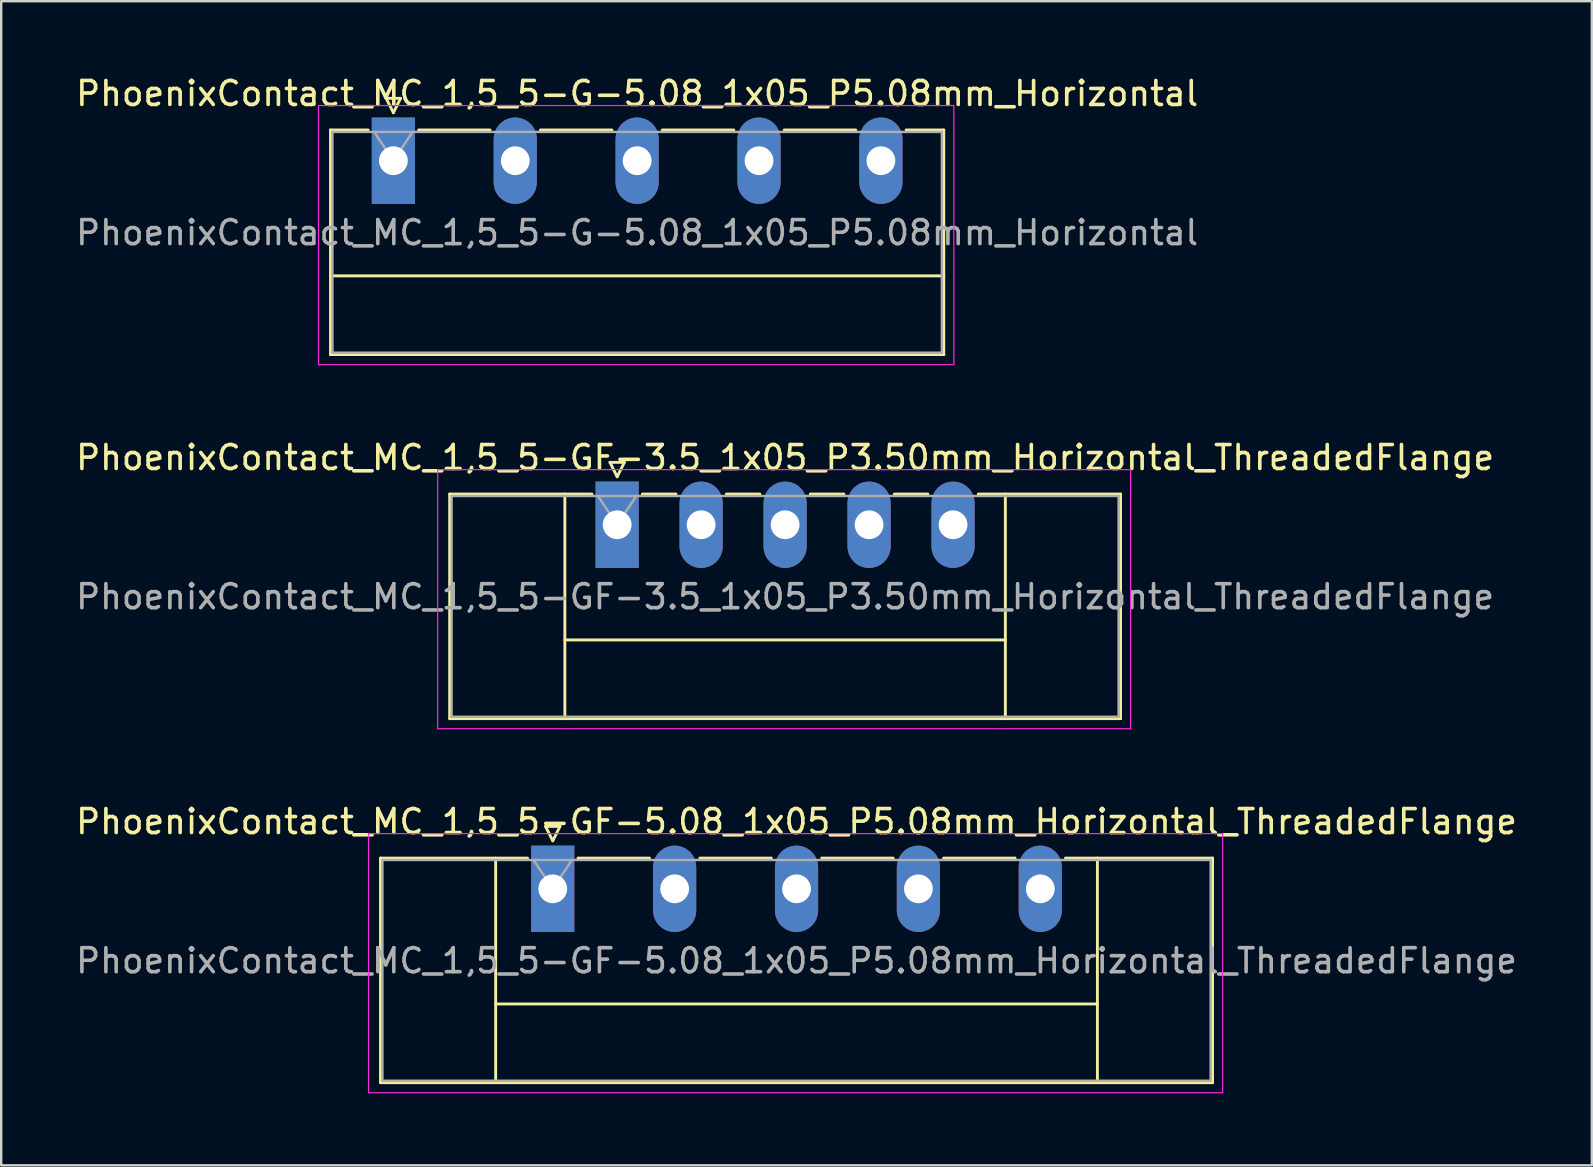
<source format=kicad_pcb>
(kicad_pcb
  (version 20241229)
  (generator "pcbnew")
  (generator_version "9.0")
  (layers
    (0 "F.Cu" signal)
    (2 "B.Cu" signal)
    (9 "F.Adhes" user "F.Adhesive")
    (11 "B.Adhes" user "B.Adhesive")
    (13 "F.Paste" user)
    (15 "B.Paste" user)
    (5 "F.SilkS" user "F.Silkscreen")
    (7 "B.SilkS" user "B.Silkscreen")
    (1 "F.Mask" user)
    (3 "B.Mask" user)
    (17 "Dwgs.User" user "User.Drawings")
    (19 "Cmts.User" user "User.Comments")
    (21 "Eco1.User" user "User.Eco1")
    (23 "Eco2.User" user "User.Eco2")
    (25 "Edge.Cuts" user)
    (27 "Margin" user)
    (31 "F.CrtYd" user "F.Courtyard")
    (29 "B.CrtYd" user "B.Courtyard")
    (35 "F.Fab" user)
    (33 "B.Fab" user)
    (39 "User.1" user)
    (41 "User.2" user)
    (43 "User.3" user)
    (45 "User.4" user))
  (footprint "PhoenixContact_MC_1,5_5-GF-3.5_1x05_P3.50mm_Horizontal_ThreadedFlange"
    (layer "F.Cu")
    (at 22.673 18.822)
    (property "Reference" "PhoenixContact_MC_1,5_5-GF-3.5_1x05_P3.50mm_Horizontal_ThreadedFlange" (at 7 -2.8 0) (layer "F.SilkS") (effects (font (size 1 1) (thickness 0.15))))
    (attr through_hole)
    (fp_line (start -6.98 -1.28) (end -6.98 8.08) (stroke (width 0.12) (type solid)) (layer "F.SilkS"))
    (fp_line (start -6.98 -1.28) (end -1.05 -1.28) (stroke (width 0.12) (type solid)) (layer "F.SilkS"))
    (fp_line (start -6.98 8.08) (end 20.98 8.08) (stroke (width 0.12) (type solid)) (layer "F.SilkS"))
    (fp_line (start -2.18 -1.28) (end -2.18 8.08) (stroke (width 0.12) (type solid)) (layer "F.SilkS"))
    (fp_line (start -2.18 4.8) (end 16.18 4.8) (stroke (width 0.12) (type solid)) (layer "F.SilkS"))
    (fp_line (start -0.3 -2.6) (end 0.3 -2.6) (stroke (width 0.12) (type solid)) (layer "F.SilkS"))
    (fp_line (start 0 -2) (end -0.3 -2.6) (stroke (width 0.12) (type solid)) (layer "F.SilkS"))
    (fp_line (start 0.3 -2.6) (end 0 -2) (stroke (width 0.12) (type solid)) (layer "F.SilkS"))
    (fp_line (start 1.05 -1.28) (end 2.45 -1.28) (stroke (width 0.12) (type solid)) (layer "F.SilkS"))
    (fp_line (start 4.55 -1.28) (end 5.95 -1.28) (stroke (width 0.12) (type solid)) (layer "F.SilkS"))
    (fp_line (start 8.05 -1.28) (end 9.45 -1.28) (stroke (width 0.12) (type solid)) (layer "F.SilkS"))
    (fp_line (start 11.55 -1.28) (end 12.95 -1.28) (stroke (width 0.12) (type solid)) (layer "F.SilkS"))
    (fp_line (start 16.18 -1.28) (end 16.18 8.08) (stroke (width 0.12) (type solid)) (layer "F.SilkS"))
    (fp_line (start 20.98 -1.28) (end 15.05 -1.28) (stroke (width 0.12) (type solid)) (layer "F.SilkS"))
    (fp_line (start 20.98 8.08) (end 20.98 -1.28) (stroke (width 0.12) (type solid)) (layer "F.SilkS"))
    (fp_line (start -7.48 -2.3) (end -7.48 8.5) (stroke (width 0.05) (type solid)) (layer "F.CrtYd"))
    (fp_line (start -7.48 8.5) (end 21.4 8.5) (stroke (width 0.05) (type solid)) (layer "F.CrtYd"))
    (fp_line (start 21.4 -2.3) (end -7.48 -2.3) (stroke (width 0.05) (type solid)) (layer "F.CrtYd"))
    (fp_line (start 21.4 8.5) (end 21.4 -2.3) (stroke (width 0.05) (type solid)) (layer "F.CrtYd"))
    (fp_line (start -6.9 -1.2) (end -6.9 8) (stroke (width 0.1) (type solid)) (layer "F.Fab"))
    (fp_line (start -6.9 8) (end 20.9 8) (stroke (width 0.1) (type solid)) (layer "F.Fab"))
    (fp_line (start 0 0) (end -0.8 -1.2) (stroke (width 0.1) (type solid)) (layer "F.Fab"))
    (fp_line (start 0.8 -1.2) (end 0 0) (stroke (width 0.1) (type solid)) (layer "F.Fab"))
    (fp_line (start 20.9 -1.2) (end -6.9 -1.2) (stroke (width 0.1) (type solid)) (layer "F.Fab"))
    (fp_line (start 20.9 8) (end 20.9 -1.2) (stroke (width 0.1) (type solid)) (layer "F.Fab"))
    (fp_text user "${REFERENCE}" (at 7 3 0) (layer "F.Fab") (effects (font (size 1 1) (thickness 0.15))))
    (pad "1" thru_hole rect (at 0 0) (size 1.8 3.6) (drill 1.2) (layers "*.Cu" "*.Mask"))
    (pad "2" thru_hole oval (at 3.5 0) (size 1.8 3.6) (drill 1.2) (layers "*.Cu" "*.Mask"))
    (pad "3" thru_hole oval (at 7 0) (size 1.8 3.6) (drill 1.2) (layers "*.Cu" "*.Mask"))
    (pad "4" thru_hole oval (at 10.5 0) (size 1.8 3.6) (drill 1.2) (layers "*.Cu" "*.Mask"))
    (pad "5" thru_hole oval (at 14 0) (size 1.8 3.6) (drill 1.2) (layers "*.Cu" "*.Mask")))
  (footprint "PhoenixContact_MC_1,5_5-GF-5.08_1x05_P5.08mm_Horizontal_ThreadedFlange"
    (layer "F.Cu")
    (at 19.989 33.995)
    (property "Reference" "PhoenixContact_MC_1,5_5-GF-5.08_1x05_P5.08mm_Horizontal_ThreadedFlange" (at 10.16 -2.8 0) (layer "F.SilkS") (effects (font (size 1 1) (thickness 0.15))))
    (attr through_hole)
    (fp_line (start -7.18 -1.28) (end -7.18 8.08) (stroke (width 0.12) (type solid)) (layer "F.SilkS"))
    (fp_line (start -7.18 -1.28) (end -1.05 -1.28) (stroke (width 0.12) (type solid)) (layer "F.SilkS"))
    (fp_line (start -7.18 8.08) (end 27.5 8.08) (stroke (width 0.12) (type solid)) (layer "F.SilkS"))
    (fp_line (start -2.38 -1.28) (end -2.38 8.08) (stroke (width 0.12) (type solid)) (layer "F.SilkS"))
    (fp_line (start -2.38 4.8) (end 22.7 4.8) (stroke (width 0.12) (type solid)) (layer "F.SilkS"))
    (fp_line (start -0.3 -2.6) (end 0.3 -2.6) (stroke (width 0.12) (type solid)) (layer "F.SilkS"))
    (fp_line (start 0 -2) (end -0.3 -2.6) (stroke (width 0.12) (type solid)) (layer "F.SilkS"))
    (fp_line (start 0.3 -2.6) (end 0 -2) (stroke (width 0.12) (type solid)) (layer "F.SilkS"))
    (fp_line (start 1.05 -1.28) (end 4.03 -1.28) (stroke (width 0.12) (type solid)) (layer "F.SilkS"))
    (fp_line (start 6.13 -1.28) (end 9.11 -1.28) (stroke (width 0.12) (type solid)) (layer "F.SilkS"))
    (fp_line (start 11.21 -1.28) (end 14.19 -1.28) (stroke (width 0.12) (type solid)) (layer "F.SilkS"))
    (fp_line (start 16.29 -1.28) (end 19.27 -1.28) (stroke (width 0.12) (type solid)) (layer "F.SilkS"))
    (fp_line (start 22.7 -1.28) (end 22.7 8.08) (stroke (width 0.12) (type solid)) (layer "F.SilkS"))
    (fp_line (start 27.5 -1.28) (end 21.37 -1.28) (stroke (width 0.12) (type solid)) (layer "F.SilkS"))
    (fp_line (start 27.5 8.08) (end 27.5 -1.28) (stroke (width 0.12) (type solid)) (layer "F.SilkS"))
    (fp_line (start -7.68 -2.3) (end -7.68 8.5) (stroke (width 0.05) (type solid)) (layer "F.CrtYd"))
    (fp_line (start -7.68 8.5) (end 27.92 8.5) (stroke (width 0.05) (type solid)) (layer "F.CrtYd"))
    (fp_line (start 27.92 -2.3) (end -7.68 -2.3) (stroke (width 0.05) (type solid)) (layer "F.CrtYd"))
    (fp_line (start 27.92 8.5) (end 27.92 -2.3) (stroke (width 0.05) (type solid)) (layer "F.CrtYd"))
    (fp_line (start -7.1 -1.2) (end -7.1 8) (stroke (width 0.1) (type solid)) (layer "F.Fab"))
    (fp_line (start -7.1 8) (end 27.42 8) (stroke (width 0.1) (type solid)) (layer "F.Fab"))
    (fp_line (start 0 0) (end -0.8 -1.2) (stroke (width 0.1) (type solid)) (layer "F.Fab"))
    (fp_line (start 0.8 -1.2) (end 0 0) (stroke (width 0.1) (type solid)) (layer "F.Fab"))
    (fp_line (start 27.42 -1.2) (end -7.1 -1.2) (stroke (width 0.1) (type solid)) (layer "F.Fab"))
    (fp_line (start 27.42 8) (end 27.42 -1.2) (stroke (width 0.1) (type solid)) (layer "F.Fab"))
    (fp_text user "${REFERENCE}" (at 10.16 3 0) (layer "F.Fab") (effects (font (size 1 1) (thickness 0.15))))
    (pad "1" thru_hole rect (at 0 0) (size 1.8 3.6) (drill 1.2) (layers "*.Cu" "*.Mask"))
    (pad "2" thru_hole oval (at 5.08 0) (size 1.8 3.6) (drill 1.2) (layers "*.Cu" "*.Mask"))
    (pad "3" thru_hole oval (at 10.16 0) (size 1.8 3.6) (drill 1.2) (layers "*.Cu" "*.Mask"))
    (pad "4" thru_hole oval (at 15.24 0) (size 1.8 3.6) (drill 1.2) (layers "*.Cu" "*.Mask"))
    (pad "5" thru_hole oval (at 20.32 0) (size 1.8 3.6) (drill 1.2) (layers "*.Cu" "*.Mask")))
  (footprint "PhoenixContact_MC_1,5_5-G-5.08_1x05_P5.08mm_Horizontal"
    (layer "F.Cu")
    (at 13.346 3.648)
    (property "Reference" "PhoenixContact_MC_1,5_5-G-5.08_1x05_P5.08mm_Horizontal" (at 10.16 -2.8 0) (layer "F.SilkS") (effects (font (size 1 1) (thickness 0.15))))
    (attr through_hole)
    (fp_line (start -2.62 -1.28) (end -2.62 8.08) (stroke (width 0.12) (type solid)) (layer "F.SilkS"))
    (fp_line (start -2.62 -1.28) (end -1.05 -1.28) (stroke (width 0.12) (type solid)) (layer "F.SilkS"))
    (fp_line (start -2.62 4.8) (end 22.94 4.8) (stroke (width 0.12) (type solid)) (layer "F.SilkS"))
    (fp_line (start -2.62 8.08) (end 22.94 8.08) (stroke (width 0.12) (type solid)) (layer "F.SilkS"))
    (fp_line (start -0.3 -2.6) (end 0.3 -2.6) (stroke (width 0.12) (type solid)) (layer "F.SilkS"))
    (fp_line (start 0 -2) (end -0.3 -2.6) (stroke (width 0.12) (type solid)) (layer "F.SilkS"))
    (fp_line (start 0.3 -2.6) (end 0 -2) (stroke (width 0.12) (type solid)) (layer "F.SilkS"))
    (fp_line (start 1.05 -1.28) (end 4.03 -1.28) (stroke (width 0.12) (type solid)) (layer "F.SilkS"))
    (fp_line (start 6.13 -1.28) (end 9.11 -1.28) (stroke (width 0.12) (type solid)) (layer "F.SilkS"))
    (fp_line (start 11.21 -1.28) (end 14.19 -1.28) (stroke (width 0.12) (type solid)) (layer "F.SilkS"))
    (fp_line (start 16.29 -1.28) (end 19.27 -1.28) (stroke (width 0.12) (type solid)) (layer "F.SilkS"))
    (fp_line (start 22.94 -1.28) (end 21.37 -1.28) (stroke (width 0.12) (type solid)) (layer "F.SilkS"))
    (fp_line (start 22.94 8.08) (end 22.94 -1.28) (stroke (width 0.12) (type solid)) (layer "F.SilkS"))
    (fp_line (start -3.12 -2.3) (end -3.12 8.5) (stroke (width 0.05) (type solid)) (layer "F.CrtYd"))
    (fp_line (start -3.12 8.5) (end 23.36 8.5) (stroke (width 0.05) (type solid)) (layer "F.CrtYd"))
    (fp_line (start 23.36 -2.3) (end -3.12 -2.3) (stroke (width 0.05) (type solid)) (layer "F.CrtYd"))
    (fp_line (start 23.36 8.5) (end 23.36 -2.3) (stroke (width 0.05) (type solid)) (layer "F.CrtYd"))
    (fp_line (start -2.54 -1.2) (end -2.54 8) (stroke (width 0.1) (type solid)) (layer "F.Fab"))
    (fp_line (start -2.54 8) (end 22.86 8) (stroke (width 0.1) (type solid)) (layer "F.Fab"))
    (fp_line (start 0 0) (end -0.8 -1.2) (stroke (width 0.1) (type solid)) (layer "F.Fab"))
    (fp_line (start 0.8 -1.2) (end 0 0) (stroke (width 0.1) (type solid)) (layer "F.Fab"))
    (fp_line (start 22.86 -1.2) (end -2.54 -1.2) (stroke (width 0.1) (type solid)) (layer "F.Fab"))
    (fp_line (start 22.86 8) (end 22.86 -1.2) (stroke (width 0.1) (type solid)) (layer "F.Fab"))
    (fp_text user "${REFERENCE}" (at 10.16 3 0) (layer "F.Fab") (effects (font (size 1 1) (thickness 0.15))))
    (pad "1" thru_hole rect (at 0 0) (size 1.8 3.6) (drill 1.2) (layers "*.Cu" "*.Mask"))
    (pad "2" thru_hole oval (at 5.08 0) (size 1.8 3.6) (drill 1.2) (layers "*.Cu" "*.Mask"))
    (pad "3" thru_hole oval (at 10.16 0) (size 1.8 3.6) (drill 1.2) (layers "*.Cu" "*.Mask"))
    (pad "4" thru_hole oval (at 15.24 0) (size 1.8 3.6) (drill 1.2) (layers "*.Cu" "*.Mask"))
    (pad "5" thru_hole oval (at 20.32 0) (size 1.8 3.6) (drill 1.2) (layers "*.Cu" "*.Mask")))
  (gr_rect
    (start -3 -3)
    (end 63.298 45.52)
    (stroke (width 0.1) (type default))
    (fill no)
    (layer "Edge.Cuts")))
</source>
